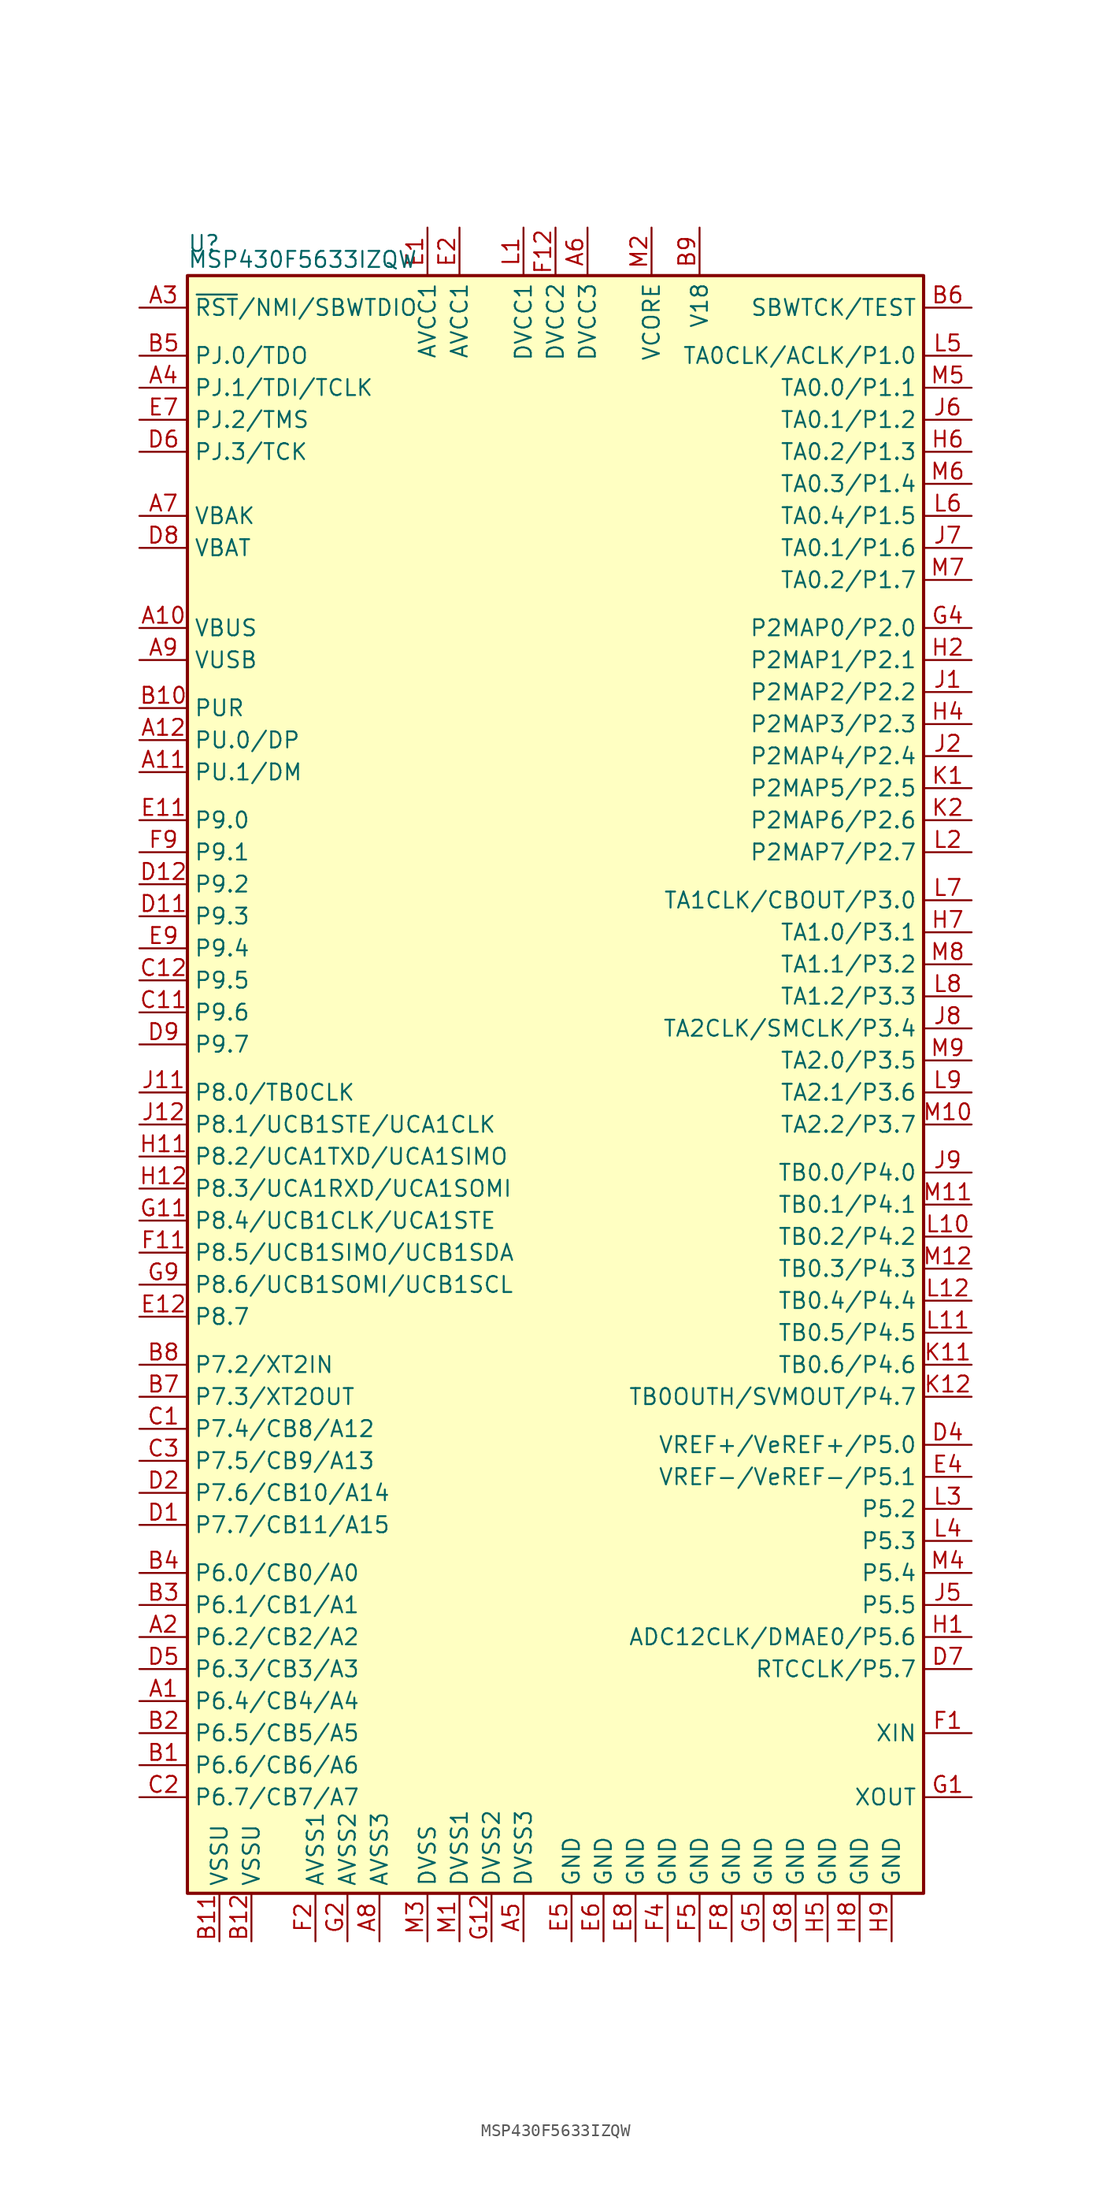
<source format=kicad_sym>
(kicad_symbol_lib
  (version 20211014)
  (generator kicad_symbol_editor)
  (symbol "MSP430F5633IZQW"
    (property "Reference" "U"
      (at -29.21 66.04 0)
      (effects (font (size 1.27 1.27)) (justify left)))
    (property "Value" "MSP430F5633IZQW"
      (at -29.21 64.77 0)
      (effects (font (size 1.27 1.27)) (justify left)))
    (symbol "MSP430F5633IZQW_0_1"
      (rectangle (start -29.21 63.5) (end 29.21 -64.77) (stroke (width 0.254) (type default) (color 0 0 0 0)) (fill (type background))))
    (symbol "MSP430F5633IZQW_1_1"
      (pin bidirectional line (at -33.02 -49.53 0) (length 3.81) (name "P6.4/CB4/A4" (effects (font (size 1.27 1.27)))) (number "A1" (effects (font (size 1.27 1.27)))))
      (pin bidirectional line (at -33.02 35.56 0) (length 3.81) (name "VBUS" (effects (font (size 1.27 1.27)))) (number "A10" (effects (font (size 1.27 1.27)))))
      (pin bidirectional line (at -33.02 24.13 0) (length 3.81) (name "PU.1/DM" (effects (font (size 1.27 1.27)))) (number "A11" (effects (font (size 1.27 1.27)))))
      (pin bidirectional line (at -33.02 26.67 0) (length 3.81) (name "PU.0/DP" (effects (font (size 1.27 1.27)))) (number "A12" (effects (font (size 1.27 1.27)))))
      (pin bidirectional line (at -33.02 -44.45 0) (length 3.81) (name "P6.2/CB2/A2" (effects (font (size 1.27 1.27)))) (number "A2" (effects (font (size 1.27 1.27)))))
      (pin input line (at -33.02 60.96 0) (length 3.81) (name "~{RST}/NMI/SBWTDIO" (effects (font (size 1.27 1.27)))) (number "A3" (effects (font (size 1.27 1.27)))))
      (pin bidirectional line (at -33.02 54.61 0) (length 3.81) (name "PJ.1/TDI/TCLK" (effects (font (size 1.27 1.27)))) (number "A4" (effects (font (size 1.27 1.27)))))
      (pin power_in line (at -2.54 -68.58 90) (length 3.81) (name "DVSS3" (effects (font (size 1.27 1.27)))) (number "A5" (effects (font (size 1.27 1.27)))))
      (pin power_in line (at 2.54 67.31 270) (length 3.81) (name "DVCC3" (effects (font (size 1.27 1.27)))) (number "A6" (effects (font (size 1.27 1.27)))))
      (pin bidirectional line (at -33.02 44.45 0) (length 3.81) (name "VBAK" (effects (font (size 1.27 1.27)))) (number "A7" (effects (font (size 1.27 1.27)))))
      (pin power_in line (at -13.97 -68.58 90) (length 3.81) (name "AVSS3" (effects (font (size 1.27 1.27)))) (number "A8" (effects (font (size 1.27 1.27)))))
      (pin bidirectional line (at -33.02 33.02 0) (length 3.81) (name "VUSB" (effects (font (size 1.27 1.27)))) (number "A9" (effects (font (size 1.27 1.27)))))
      (pin bidirectional line (at -33.02 -54.61 0) (length 3.81) (name "P6.6/CB6/A6" (effects (font (size 1.27 1.27)))) (number "B1" (effects (font (size 1.27 1.27)))))
      (pin bidirectional line (at -33.02 29.21 0) (length 3.81) (name "PUR" (effects (font (size 1.27 1.27)))) (number "B10" (effects (font (size 1.27 1.27)))))
      (pin power_in line (at -26.67 -68.58 90) (length 3.81) (name "VSSU" (effects (font (size 1.27 1.27)))) (number "B11" (effects (font (size 1.27 1.27)))))
      (pin power_in line (at -24.13 -68.58 90) (length 3.81) (name "VSSU" (effects (font (size 1.27 1.27)))) (number "B12" (effects (font (size 1.27 1.27)))))
      (pin bidirectional line (at -33.02 -52.07 0) (length 3.81) (name "P6.5/CB5/A5" (effects (font (size 1.27 1.27)))) (number "B2" (effects (font (size 1.27 1.27)))))
      (pin bidirectional line (at -33.02 -41.91 0) (length 3.81) (name "P6.1/CB1/A1" (effects (font (size 1.27 1.27)))) (number "B3" (effects (font (size 1.27 1.27)))))
      (pin bidirectional line (at -33.02 -39.37 0) (length 3.81) (name "P6.0/CB0/A0" (effects (font (size 1.27 1.27)))) (number "B4" (effects (font (size 1.27 1.27)))))
      (pin bidirectional line (at -33.02 57.15 0) (length 3.81) (name "PJ.0/TDO" (effects (font (size 1.27 1.27)))) (number "B5" (effects (font (size 1.27 1.27)))))
      (pin input line (at 33.02 60.96 180) (length 3.81) (name "SBWTCK/TEST" (effects (font (size 1.27 1.27)))) (number "B6" (effects (font (size 1.27 1.27)))))
      (pin bidirectional line (at -33.02 -25.4 0) (length 3.81) (name "P7.3/XT2OUT" (effects (font (size 1.27 1.27)))) (number "B7" (effects (font (size 1.27 1.27)))))
      (pin bidirectional line (at -33.02 -22.86 0) (length 3.81) (name "P7.2/XT2IN" (effects (font (size 1.27 1.27)))) (number "B8" (effects (font (size 1.27 1.27)))))
      (pin passive line (at 11.43 67.31 270) (length 3.81) (name "V18" (effects (font (size 1.27 1.27)))) (number "B9" (effects (font (size 1.27 1.27)))))
      (pin bidirectional line (at -33.02 -27.94 0) (length 3.81) (name "P7.4/CB8/A12" (effects (font (size 1.27 1.27)))) (number "C1" (effects (font (size 1.27 1.27)))))
      (pin bidirectional line (at -33.02 5.08 0) (length 3.81) (name "P9.6" (effects (font (size 1.27 1.27)))) (number "C11" (effects (font (size 1.27 1.27)))))
      (pin bidirectional line (at -33.02 7.62 0) (length 3.81) (name "P9.5" (effects (font (size 1.27 1.27)))) (number "C12" (effects (font (size 1.27 1.27)))))
      (pin bidirectional line (at -33.02 -57.15 0) (length 3.81) (name "P6.7/CB7/A7" (effects (font (size 1.27 1.27)))) (number "C2" (effects (font (size 1.27 1.27)))))
      (pin bidirectional line (at -33.02 -30.48 0) (length 3.81) (name "P7.5/CB9/A13" (effects (font (size 1.27 1.27)))) (number "C3" (effects (font (size 1.27 1.27)))))
      (pin bidirectional line (at -33.02 -35.56 0) (length 3.81) (name "P7.7/CB11/A15" (effects (font (size 1.27 1.27)))) (number "D1" (effects (font (size 1.27 1.27)))))
      (pin bidirectional line (at -33.02 12.7 0) (length 3.81) (name "P9.3" (effects (font (size 1.27 1.27)))) (number "D11" (effects (font (size 1.27 1.27)))))
      (pin bidirectional line (at -33.02 15.24 0) (length 3.81) (name "P9.2" (effects (font (size 1.27 1.27)))) (number "D12" (effects (font (size 1.27 1.27)))))
      (pin bidirectional line (at -33.02 -33.02 0) (length 3.81) (name "P7.6/CB10/A14" (effects (font (size 1.27 1.27)))) (number "D2" (effects (font (size 1.27 1.27)))))
      (pin bidirectional line (at 33.02 -29.21 180) (length 3.81) (name "VREF+/VeREF+/P5.0" (effects (font (size 1.27 1.27)))) (number "D4" (effects (font (size 1.27 1.27)))))
      (pin bidirectional line (at -33.02 -46.99 0) (length 3.81) (name "P6.3/CB3/A3" (effects (font (size 1.27 1.27)))) (number "D5" (effects (font (size 1.27 1.27)))))
      (pin bidirectional line (at -33.02 49.53 0) (length 3.81) (name "PJ.3/TCK" (effects (font (size 1.27 1.27)))) (number "D6" (effects (font (size 1.27 1.27)))))
      (pin bidirectional line (at 33.02 -46.99 180) (length 3.81) (name "RTCCLK/P5.7" (effects (font (size 1.27 1.27)))) (number "D7" (effects (font (size 1.27 1.27)))))
      (pin bidirectional line (at -33.02 41.91 0) (length 3.81) (name "VBAT" (effects (font (size 1.27 1.27)))) (number "D8" (effects (font (size 1.27 1.27)))))
      (pin bidirectional line (at -33.02 2.54 0) (length 3.81) (name "P9.7" (effects (font (size 1.27 1.27)))) (number "D9" (effects (font (size 1.27 1.27)))))
      (pin power_in line (at -10.16 67.31 270) (length 3.81) (name "AVCC1" (effects (font (size 1.27 1.27)))) (number "E1" (effects (font (size 1.27 1.27)))))
      (pin bidirectional line (at -33.02 20.32 0) (length 3.81) (name "P9.0" (effects (font (size 1.27 1.27)))) (number "E11" (effects (font (size 1.27 1.27)))))
      (pin bidirectional line (at -33.02 -19.05 0) (length 3.81) (name "P8.7" (effects (font (size 1.27 1.27)))) (number "E12" (effects (font (size 1.27 1.27)))))
      (pin power_in line (at -7.62 67.31 270) (length 3.81) (name "AVCC1" (effects (font (size 1.27 1.27)))) (number "E2" (effects (font (size 1.27 1.27)))))
      (pin bidirectional line (at 33.02 -31.75 180) (length 3.81) (name "VREF-/VeREF-/P5.1" (effects (font (size 1.27 1.27)))) (number "E4" (effects (font (size 1.27 1.27)))))
      (pin power_in line (at 1.27 -68.58 90) (length 3.81) (name "GND" (effects (font (size 1.27 1.27)))) (number "E5" (effects (font (size 1.27 1.27)))))
      (pin power_in line (at 3.81 -68.58 90) (length 3.81) (name "GND" (effects (font (size 1.27 1.27)))) (number "E6" (effects (font (size 1.27 1.27)))))
      (pin bidirectional line (at -33.02 52.07 0) (length 3.81) (name "PJ.2/TMS" (effects (font (size 1.27 1.27)))) (number "E7" (effects (font (size 1.27 1.27)))))
      (pin power_in line (at 6.35 -68.58 90) (length 3.81) (name "GND" (effects (font (size 1.27 1.27)))) (number "E8" (effects (font (size 1.27 1.27)))))
      (pin bidirectional line (at -33.02 10.16 0) (length 3.81) (name "P9.4" (effects (font (size 1.27 1.27)))) (number "E9" (effects (font (size 1.27 1.27)))))
      (pin bidirectional line (at 33.02 -52.07 180) (length 3.81) (name "XIN" (effects (font (size 1.27 1.27)))) (number "F1" (effects (font (size 1.27 1.27)))))
      (pin bidirectional line (at -33.02 -13.97 0) (length 3.81) (name "P8.5/UCB1SIMO/UCB1SDA" (effects (font (size 1.27 1.27)))) (number "F11" (effects (font (size 1.27 1.27)))))
      (pin power_in line (at 0 67.31 270) (length 3.81) (name "DVCC2" (effects (font (size 1.27 1.27)))) (number "F12" (effects (font (size 1.27 1.27)))))
      (pin power_in line (at -19.05 -68.58 90) (length 3.81) (name "AVSS1" (effects (font (size 1.27 1.27)))) (number "F2" (effects (font (size 1.27 1.27)))))
      (pin power_in line (at 8.89 -68.58 90) (length 3.81) (name "GND" (effects (font (size 1.27 1.27)))) (number "F4" (effects (font (size 1.27 1.27)))))
      (pin power_in line (at 11.43 -68.58 90) (length 3.81) (name "GND" (effects (font (size 1.27 1.27)))) (number "F5" (effects (font (size 1.27 1.27)))))
      (pin power_in line (at 13.97 -68.58 90) (length 3.81) (name "GND" (effects (font (size 1.27 1.27)))) (number "F8" (effects (font (size 1.27 1.27)))))
      (pin bidirectional line (at -33.02 17.78 0) (length 3.81) (name "P9.1" (effects (font (size 1.27 1.27)))) (number "F9" (effects (font (size 1.27 1.27)))))
      (pin bidirectional line (at 33.02 -57.15 180) (length 3.81) (name "XOUT" (effects (font (size 1.27 1.27)))) (number "G1" (effects (font (size 1.27 1.27)))))
      (pin bidirectional line (at -33.02 -11.43 0) (length 3.81) (name "P8.4/UCB1CLK/UCA1STE" (effects (font (size 1.27 1.27)))) (number "G11" (effects (font (size 1.27 1.27)))))
      (pin power_in line (at -5.08 -68.58 90) (length 3.81) (name "DVSS2" (effects (font (size 1.27 1.27)))) (number "G12" (effects (font (size 1.27 1.27)))))
      (pin power_in line (at -16.51 -68.58 90) (length 3.81) (name "AVSS2" (effects (font (size 1.27 1.27)))) (number "G2" (effects (font (size 1.27 1.27)))))
      (pin bidirectional line (at 33.02 35.56 180) (length 3.81) (name "P2MAP0/P2.0" (effects (font (size 1.27 1.27)))) (number "G4" (effects (font (size 1.27 1.27)))))
      (pin power_in line (at 16.51 -68.58 90) (length 3.81) (name "GND" (effects (font (size 1.27 1.27)))) (number "G5" (effects (font (size 1.27 1.27)))))
      (pin power_in line (at 19.05 -68.58 90) (length 3.81) (name "GND" (effects (font (size 1.27 1.27)))) (number "G8" (effects (font (size 1.27 1.27)))))
      (pin bidirectional line (at -33.02 -16.51 0) (length 3.81) (name "P8.6/UCB1SOMI/UCB1SCL" (effects (font (size 1.27 1.27)))) (number "G9" (effects (font (size 1.27 1.27)))))
      (pin bidirectional line (at 33.02 -44.45 180) (length 3.81) (name "ADC12CLK/DMAE0/P5.6" (effects (font (size 1.27 1.27)))) (number "H1" (effects (font (size 1.27 1.27)))))
      (pin bidirectional line (at -33.02 -6.35 0) (length 3.81) (name "P8.2/UCA1TXD/UCA1SIMO" (effects (font (size 1.27 1.27)))) (number "H11" (effects (font (size 1.27 1.27)))))
      (pin bidirectional line (at -33.02 -8.89 0) (length 3.81) (name "P8.3/UCA1RXD/UCA1SOMI" (effects (font (size 1.27 1.27)))) (number "H12" (effects (font (size 1.27 1.27)))))
      (pin bidirectional line (at 33.02 33.02 180) (length 3.81) (name "P2MAP1/P2.1" (effects (font (size 1.27 1.27)))) (number "H2" (effects (font (size 1.27 1.27)))))
      (pin bidirectional line (at 33.02 27.94 180) (length 3.81) (name "P2MAP3/P2.3" (effects (font (size 1.27 1.27)))) (number "H4" (effects (font (size 1.27 1.27)))))
      (pin power_in line (at 21.59 -68.58 90) (length 3.81) (name "GND" (effects (font (size 1.27 1.27)))) (number "H5" (effects (font (size 1.27 1.27)))))
      (pin bidirectional line (at 33.02 49.53 180) (length 3.81) (name "TA0.2/P1.3" (effects (font (size 1.27 1.27)))) (number "H6" (effects (font (size 1.27 1.27)))))
      (pin bidirectional line (at 33.02 11.43 180) (length 3.81) (name "TA1.0/P3.1" (effects (font (size 1.27 1.27)))) (number "H7" (effects (font (size 1.27 1.27)))))
      (pin power_in line (at 24.13 -68.58 90) (length 3.81) (name "GND" (effects (font (size 1.27 1.27)))) (number "H8" (effects (font (size 1.27 1.27)))))
      (pin power_in line (at 26.67 -68.58 90) (length 3.81) (name "GND" (effects (font (size 1.27 1.27)))) (number "H9" (effects (font (size 1.27 1.27)))))
      (pin bidirectional line (at 33.02 30.48 180) (length 3.81) (name "P2MAP2/P2.2" (effects (font (size 1.27 1.27)))) (number "J1" (effects (font (size 1.27 1.27)))))
      (pin bidirectional line (at -33.02 -1.27 0) (length 3.81) (name "P8.0/TB0CLK" (effects (font (size 1.27 1.27)))) (number "J11" (effects (font (size 1.27 1.27)))))
      (pin bidirectional line (at -33.02 -3.81 0) (length 3.81) (name "P8.1/UCB1STE/UCA1CLK" (effects (font (size 1.27 1.27)))) (number "J12" (effects (font (size 1.27 1.27)))))
      (pin bidirectional line (at 33.02 25.4 180) (length 3.81) (name "P2MAP4/P2.4" (effects (font (size 1.27 1.27)))) (number "J2" (effects (font (size 1.27 1.27)))))
      (pin bidirectional line (at 33.02 -41.91 180) (length 3.81) (name "P5.5" (effects (font (size 1.27 1.27)))) (number "J5" (effects (font (size 1.27 1.27)))))
      (pin bidirectional line (at 33.02 52.07 180) (length 3.81) (name "TA0.1/P1.2" (effects (font (size 1.27 1.27)))) (number "J6" (effects (font (size 1.27 1.27)))))
      (pin bidirectional line (at 33.02 41.91 180) (length 3.81) (name "TA0.1/P1.6" (effects (font (size 1.27 1.27)))) (number "J7" (effects (font (size 1.27 1.27)))))
      (pin bidirectional line (at 33.02 3.81 180) (length 3.81) (name "TA2CLK/SMCLK/P3.4" (effects (font (size 1.27 1.27)))) (number "J8" (effects (font (size 1.27 1.27)))))
      (pin bidirectional line (at 33.02 -7.62 180) (length 3.81) (name "TB0.0/P4.0" (effects (font (size 1.27 1.27)))) (number "J9" (effects (font (size 1.27 1.27)))))
      (pin bidirectional line (at 33.02 22.86 180) (length 3.81) (name "P2MAP5/P2.5" (effects (font (size 1.27 1.27)))) (number "K1" (effects (font (size 1.27 1.27)))))
      (pin bidirectional line (at 33.02 -22.86 180) (length 3.81) (name "TB0.6/P4.6" (effects (font (size 1.27 1.27)))) (number "K11" (effects (font (size 1.27 1.27)))))
      (pin bidirectional line (at 33.02 -25.4 180) (length 3.81) (name "TB0OUTH/SVMOUT/P4.7" (effects (font (size 1.27 1.27)))) (number "K12" (effects (font (size 1.27 1.27)))))
      (pin bidirectional line (at 33.02 20.32 180) (length 3.81) (name "P2MAP6/P2.6" (effects (font (size 1.27 1.27)))) (number "K2" (effects (font (size 1.27 1.27)))))
      (pin power_in line (at -2.54 67.31 270) (length 3.81) (name "DVCC1" (effects (font (size 1.27 1.27)))) (number "L1" (effects (font (size 1.27 1.27)))))
      (pin bidirectional line (at 33.02 -12.7 180) (length 3.81) (name "TB0.2/P4.2" (effects (font (size 1.27 1.27)))) (number "L10" (effects (font (size 1.27 1.27)))))
      (pin bidirectional line (at 33.02 -20.32 180) (length 3.81) (name "TB0.5/P4.5" (effects (font (size 1.27 1.27)))) (number "L11" (effects (font (size 1.27 1.27)))))
      (pin bidirectional line (at 33.02 -17.78 180) (length 3.81) (name "TB0.4/P4.4" (effects (font (size 1.27 1.27)))) (number "L12" (effects (font (size 1.27 1.27)))))
      (pin bidirectional line (at 33.02 17.78 180) (length 3.81) (name "P2MAP7/P2.7" (effects (font (size 1.27 1.27)))) (number "L2" (effects (font (size 1.27 1.27)))))
      (pin bidirectional line (at 33.02 -34.29 180) (length 3.81) (name "P5.2" (effects (font (size 1.27 1.27)))) (number "L3" (effects (font (size 1.27 1.27)))))
      (pin bidirectional line (at 33.02 -36.83 180) (length 3.81) (name "P5.3" (effects (font (size 1.27 1.27)))) (number "L4" (effects (font (size 1.27 1.27)))))
      (pin bidirectional line (at 33.02 57.15 180) (length 3.81) (name "TA0CLK/ACLK/P1.0" (effects (font (size 1.27 1.27)))) (number "L5" (effects (font (size 1.27 1.27)))))
      (pin bidirectional line (at 33.02 44.45 180) (length 3.81) (name "TA0.4/P1.5" (effects (font (size 1.27 1.27)))) (number "L6" (effects (font (size 1.27 1.27)))))
      (pin bidirectional line (at 33.02 13.97 180) (length 3.81) (name "TA1CLK/CBOUT/P3.0" (effects (font (size 1.27 1.27)))) (number "L7" (effects (font (size 1.27 1.27)))))
      (pin bidirectional line (at 33.02 6.35 180) (length 3.81) (name "TA1.2/P3.3" (effects (font (size 1.27 1.27)))) (number "L8" (effects (font (size 1.27 1.27)))))
      (pin bidirectional line (at 33.02 -1.27 180) (length 3.81) (name "TA2.1/P3.6" (effects (font (size 1.27 1.27)))) (number "L9" (effects (font (size 1.27 1.27)))))
      (pin power_in line (at -7.62 -68.58 90) (length 3.81) (name "DVSS1" (effects (font (size 1.27 1.27)))) (number "M1" (effects (font (size 1.27 1.27)))))
      (pin bidirectional line (at 33.02 -3.81 180) (length 3.81) (name "TA2.2/P3.7" (effects (font (size 1.27 1.27)))) (number "M10" (effects (font (size 1.27 1.27)))))
      (pin bidirectional line (at 33.02 -10.16 180) (length 3.81) (name "TB0.1/P4.1" (effects (font (size 1.27 1.27)))) (number "M11" (effects (font (size 1.27 1.27)))))
      (pin bidirectional line (at 33.02 -15.24 180) (length 3.81) (name "TB0.3/P4.3" (effects (font (size 1.27 1.27)))) (number "M12" (effects (font (size 1.27 1.27)))))
      (pin bidirectional line (at 7.62 67.31 270) (length 3.81) (name "VCORE" (effects (font (size 1.27 1.27)))) (number "M2" (effects (font (size 1.27 1.27)))))
      (pin power_in line (at -10.16 -68.58 90) (length 3.81) (name "DVSS" (effects (font (size 1.27 1.27)))) (number "M3" (effects (font (size 1.27 1.27)))))
      (pin bidirectional line (at 33.02 -39.37 180) (length 3.81) (name "P5.4" (effects (font (size 1.27 1.27)))) (number "M4" (effects (font (size 1.27 1.27)))))
      (pin bidirectional line (at 33.02 54.61 180) (length 3.81) (name "TA0.0/P1.1" (effects (font (size 1.27 1.27)))) (number "M5" (effects (font (size 1.27 1.27)))))
      (pin bidirectional line (at 33.02 46.99 180) (length 3.81) (name "TA0.3/P1.4" (effects (font (size 1.27 1.27)))) (number "M6" (effects (font (size 1.27 1.27)))))
      (pin bidirectional line (at 33.02 39.37 180) (length 3.81) (name "TA0.2/P1.7" (effects (font (size 1.27 1.27)))) (number "M7" (effects (font (size 1.27 1.27)))))
      (pin bidirectional line (at 33.02 8.89 180) (length 3.81) (name "TA1.1/P3.2" (effects (font (size 1.27 1.27)))) (number "M8" (effects (font (size 1.27 1.27)))))
      (pin bidirectional line (at 33.02 1.27 180) (length 3.81) (name "TA2.0/P3.5" (effects (font (size 1.27 1.27)))) (number "M9" (effects (font (size 1.27 1.27))))))))
</source>
